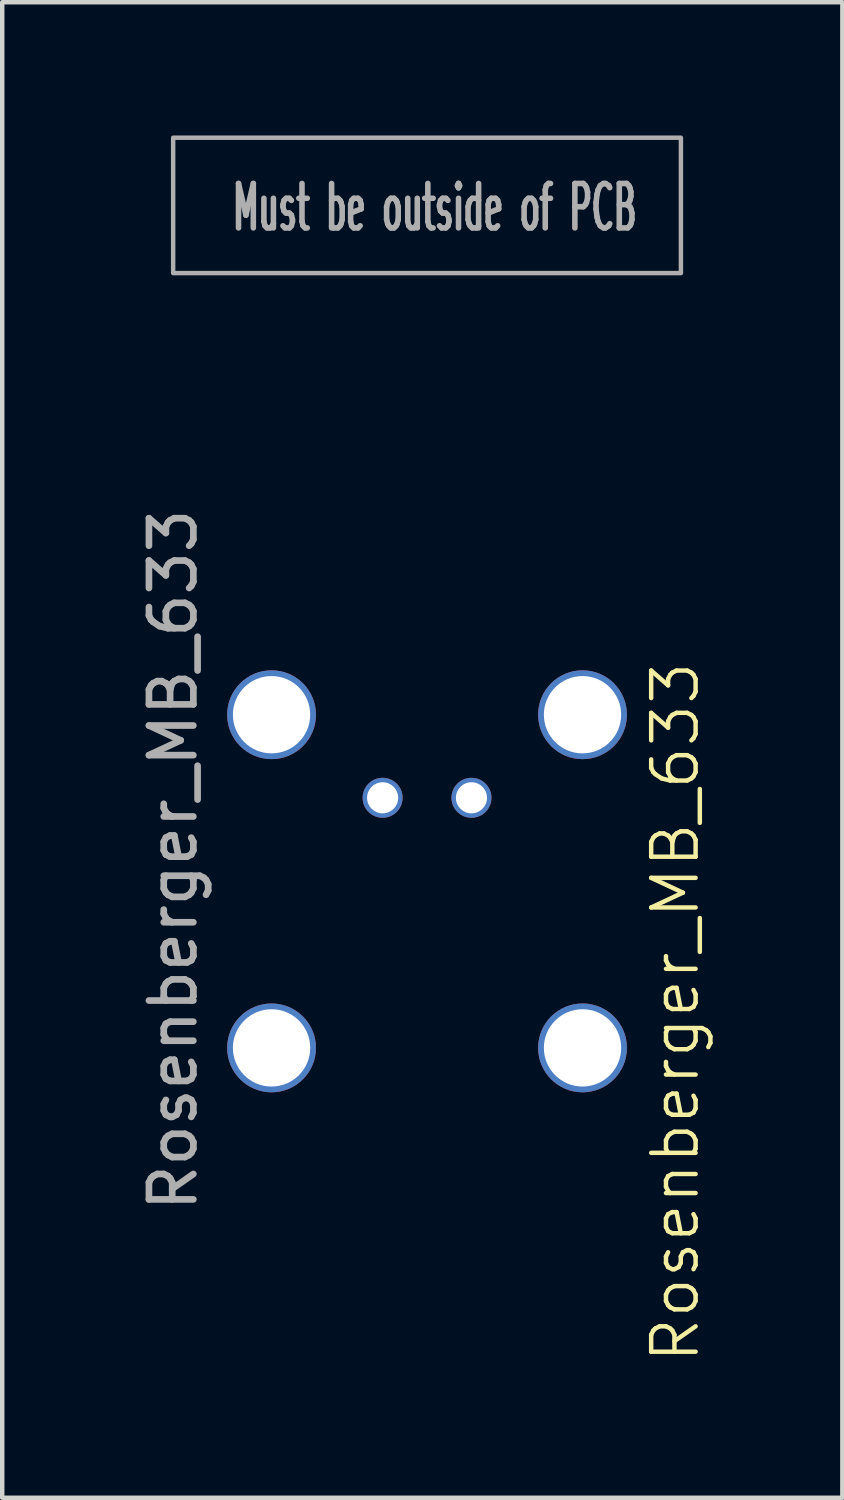
<source format=kicad_pcb>
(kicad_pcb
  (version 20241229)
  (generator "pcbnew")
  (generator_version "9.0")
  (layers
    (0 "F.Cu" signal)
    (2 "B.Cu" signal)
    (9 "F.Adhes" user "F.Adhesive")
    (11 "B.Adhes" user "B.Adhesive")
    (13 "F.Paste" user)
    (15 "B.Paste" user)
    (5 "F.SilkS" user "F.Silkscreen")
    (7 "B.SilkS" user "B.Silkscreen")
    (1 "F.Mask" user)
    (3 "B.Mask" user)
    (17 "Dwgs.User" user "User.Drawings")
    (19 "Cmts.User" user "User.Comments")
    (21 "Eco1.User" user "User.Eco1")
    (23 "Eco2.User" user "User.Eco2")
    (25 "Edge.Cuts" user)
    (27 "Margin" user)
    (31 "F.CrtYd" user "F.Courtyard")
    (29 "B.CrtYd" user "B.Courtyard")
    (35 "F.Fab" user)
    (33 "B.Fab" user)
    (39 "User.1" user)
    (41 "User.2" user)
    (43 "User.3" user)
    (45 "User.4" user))
  (footprint "Rosenberger_MB_633"
    (layer "F.Cu")
    (at 6.563 14.909)
    (property "Reference" "Rosenberger_MB_633" (at 5.588 4.826 90) (unlocked yes) (layer "F.SilkS") (effects (font (size 1 1) (thickness 0.1))))
    (attr through_hole)
    (fp_rect (start -3.1 -0.2) (end -4.65 2) (stroke (width 0) (type solid)) (fill yes) (layer "F.Paste"))
    (fp_rect (start -1.1 -2.1) (end 1.1 -3.1) (stroke (width 0) (type solid)) (fill yes) (layer "F.Paste"))
    (fp_rect (start 3.1 -0.2) (end 4.65 2) (stroke (width 0) (type solid)) (fill yes) (layer "F.Paste"))
    (fp_circle (center -3.5 -1.87) (end -2.5 -1.87) (stroke (width 0) (type solid)) (fill yes) (layer "F.Paste"))
    (fp_circle (center -3.5 5.63) (end -2.5 5.63) (stroke (width 0) (type solid)) (fill yes) (layer "F.Paste"))
    (fp_circle (center -1 0) (end -0.55 0) (stroke (width 0) (type solid)) (fill yes) (layer "F.Paste"))
    (fp_circle (center 1 0) (end 1.45 0) (stroke (width 0) (type solid)) (fill yes) (layer "F.Paste"))
    (fp_circle (center 3.5 -1.87) (end 4.5 -1.87) (stroke (width 0) (type solid)) (fill yes) (layer "F.Paste"))
    (fp_circle (center 3.5 5.63) (end 4.5 5.63) (stroke (width 0) (type solid)) (fill yes) (layer "F.Paste"))
    (fp_poly (pts (xy -5.715 -14.859) (xy 5.715 -14.859) (xy 5.715 -11.811) (xy -5.715 -11.811)) (stroke (width 0.1) (type solid)) (fill no) (layer "F.Fab"))
    (fp_text user "${REFERENCE}" (at -5.715 1.397 90) (unlocked yes) (layer "F.Fab") (effects (font (size 1 1) (thickness 0.15))))
    (fp_text user "Must be outside of PCB" (at -4.445 -12.7 0) (unlocked yes) (layer "F.Fab") (effects (font (size 1 0.5) (thickness 0.125) (bold yes)) (justify left bottom)))
    (pad "1" thru_hole circle (at 1 0) (size 0.9 0.9) (drill 0.7) (layers "*.Cu" "*.Mask"))
    (pad "2" thru_hole circle (at -1 0) (size 0.9 0.9) (drill 0.7) (layers "*.Cu" "*.Mask"))
    (pad "S1" thru_hole circle (at -3.5 -1.87) (size 2 2) (drill 1.74) (layers "*.Cu" "*.Mask"))
    (pad "S2" thru_hole circle (at 3.5 -1.87) (size 2 2) (drill 1.74) (layers "*.Cu" "*.Mask"))
    (pad "S3" thru_hole circle (at -3.5 5.63) (size 2 2) (drill 1.74) (layers "*.Cu" "*.Mask"))
    (pad "S4" thru_hole circle (at 3.5 5.63) (size 2 2) (drill 1.74) (layers "*.Cu" "*.Mask"))
    (zone (net_name "") (layer "F.Cu") (name "TopKeepout1") (hatch edge 0.5) (connect_pads) (min_thickness 0.25) (filled_areas_thickness no) (keepout (tracks not_allowed) (vias not_allowed) (pads not_allowed) (copperpour not_allowed) (footprints not_allowed)) (placement (enabled no)) (fill) (polygon (pts (xy 2.063 18.211) (xy 2.063 20.539) (xy 4.063 20.539) (xy 4.063 18.211))))
    (zone (net_name "") (layer "F.Cu") (name "TopKeepout1") (hatch edge 0.5) (connect_pads) (min_thickness 0.25) (filled_areas_thickness no) (keepout (tracks not_allowed) (vias not_allowed) (pads not_allowed) (copperpour not_allowed) (footprints not_allowed)) (placement (enabled no)) (fill) (polygon (pts (xy 9.063 18.211) (xy 9.063 20.539) (xy 11.063 20.539) (xy 11.063 18.211))))
    (zone (net_name "") (layer "F.Cu") (name "TopKeepout1") (hatch edge 0.5) (connect_pads) (min_thickness 0.25) (filled_areas_thickness no) (keepout (tracks not_allowed) (vias not_allowed) (pads not_allowed) (copperpour not_allowed) (footprints not_allowed)) (placement (enabled no)) (fill) (polygon (pts (xy 3.063 11.734) (xy 3.063 12.039) (xy 4.063 13.039) (xy 5.42 13.039) (xy 5.42 11.734))))
    (zone (net_name "") (layer "F.Cu") (name "TopKeepout1") (hatch edge 0.5) (connect_pads) (min_thickness 0.25) (filled_areas_thickness no) (keepout (tracks not_allowed) (vias not_allowed) (pads not_allowed) (copperpour not_allowed) (footprints not_allowed)) (placement (enabled no)) (fill) (polygon (pts (xy 10.063 11.734) (xy 10.063 12.039) (xy 9.063 13.039) (xy 7.706 13.039) (xy 7.706 11.734))))
    (zone (net_name "") (layers "F.Cu" "F.Fab") (hatch edge 0.5) (connect_pads) (min_thickness 0.25) (filled_areas_thickness no) (keepout (tracks allowed) (vias allowed) (pads allowed) (copperpour allowed) (footprints not_allowed)) (placement (enabled no)) (fill) (polygon (pts (xy 2.118 11.734) (xy 0.848 11.734) (xy 0.848 0.05) (xy 12.278 0.05) (xy 12.278 11.734) (xy 11.008 11.734) (xy 11.008 22.021) (xy 2.118 22.021)))))
  (gr_rect
    (start -3 -3)
    (end 15.912 30.666)
    (stroke (width 0.1) (type default))
    (fill no)
    (layer "Edge.Cuts")))
</source>
